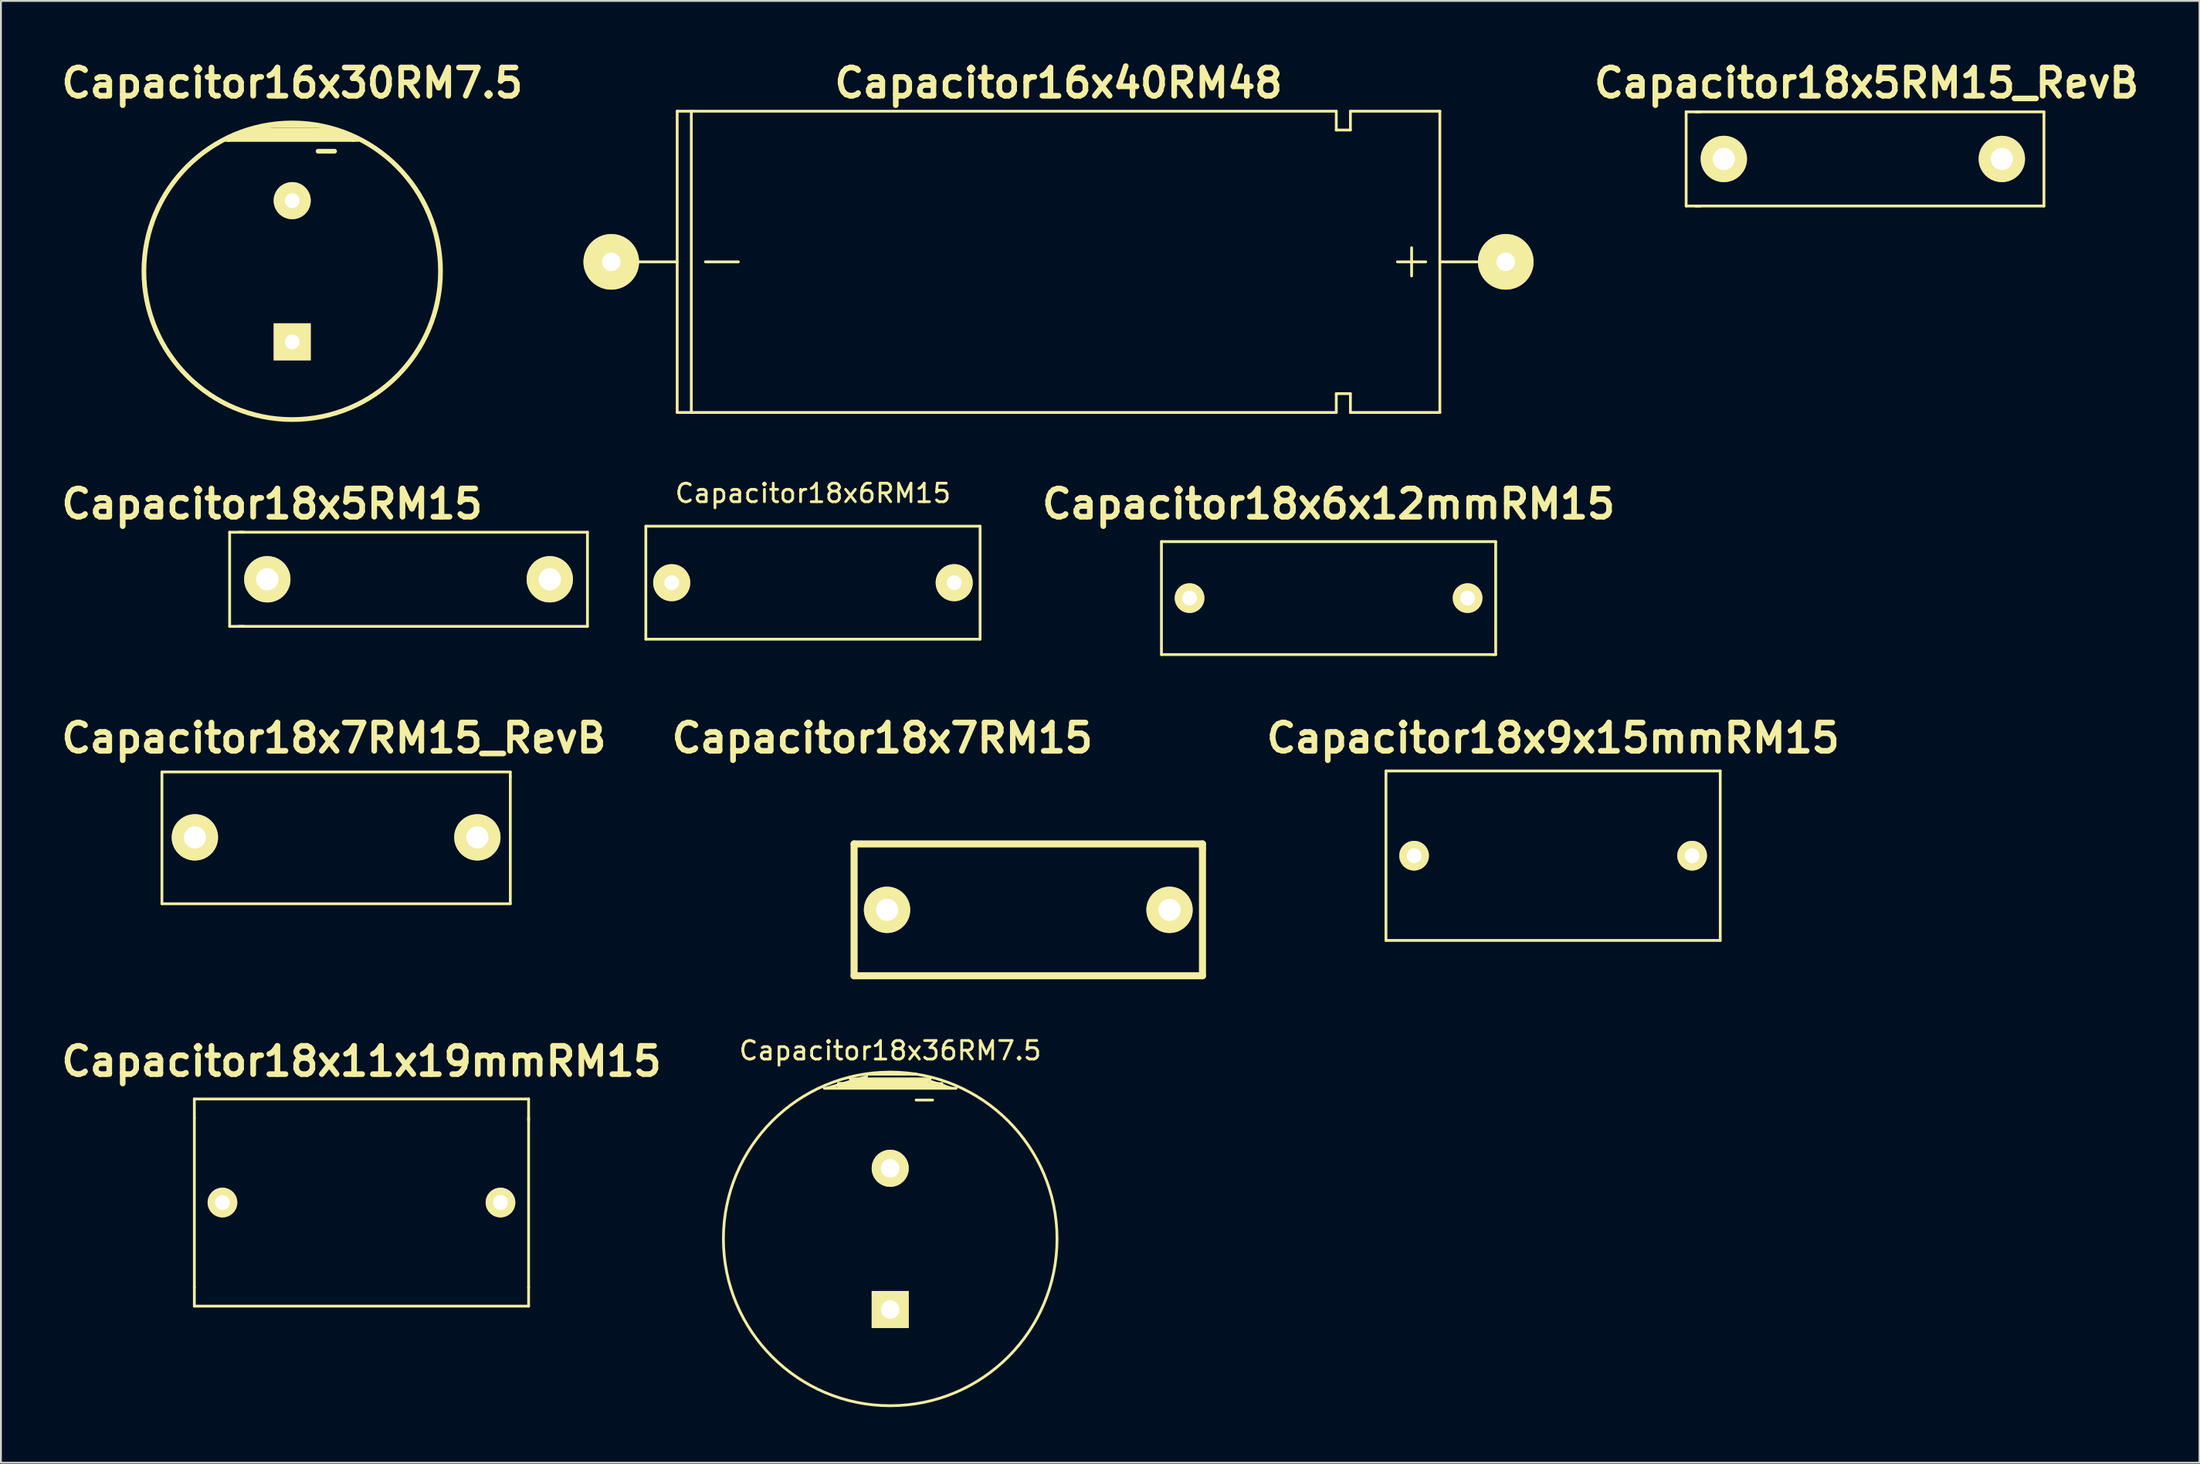
<source format=kicad_pcb>
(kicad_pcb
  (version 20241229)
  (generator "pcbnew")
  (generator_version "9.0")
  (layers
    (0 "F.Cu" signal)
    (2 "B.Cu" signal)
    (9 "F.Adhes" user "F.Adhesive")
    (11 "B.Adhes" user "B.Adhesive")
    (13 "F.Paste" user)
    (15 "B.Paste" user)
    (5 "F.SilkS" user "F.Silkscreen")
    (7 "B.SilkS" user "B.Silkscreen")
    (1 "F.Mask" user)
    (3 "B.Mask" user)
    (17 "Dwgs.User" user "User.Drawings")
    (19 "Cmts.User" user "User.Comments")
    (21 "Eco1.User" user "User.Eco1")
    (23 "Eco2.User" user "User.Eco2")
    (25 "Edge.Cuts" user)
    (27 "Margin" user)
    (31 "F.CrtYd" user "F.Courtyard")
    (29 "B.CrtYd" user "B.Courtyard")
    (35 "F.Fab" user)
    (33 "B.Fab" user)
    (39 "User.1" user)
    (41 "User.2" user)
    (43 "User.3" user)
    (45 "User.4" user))
  (footprint "Capacitor18x6x12mmRM15"
    (layer "F.Cu")
    (at 68.629 29.221)
    (property "Reference" "Capacitor18x6x12mmRM15" (at 0 -5.08 0) (layer "F.SilkS") (effects (font (size 1.524 1.524) (thickness 0.305))))
    (attr through_hole)
    (fp_line (start -9.017 -3.048) (end -9.017 3.048) (stroke (width 0.15) (type solid)) (layer "F.SilkS"))
    (fp_line (start -9.017 3.048) (end 8.89 3.048) (stroke (width 0.15) (type solid)) (layer "F.SilkS"))
    (fp_line (start 8.89 3.048) (end 9.017 3.048) (stroke (width 0.15) (type solid)) (layer "F.SilkS"))
    (fp_line (start 9.017 -3.048) (end -9.017 -3.048) (stroke (width 0.15) (type solid)) (layer "F.SilkS"))
    (fp_line (start 9.017 3.048) (end 9.017 -3.048) (stroke (width 0.15) (type solid)) (layer "F.SilkS"))
    (pad "1" thru_hole circle (at -7.5 0) (size 1.6 1.6) (drill 0.8) (layers "*.Cu" "*.Mask" "F.SilkS"))
    (pad "2" thru_hole circle (at 7.5 0) (size 1.6 1.6) (drill 0.8) (layers "*.Cu" "*.Mask" "F.SilkS")))
  (footprint "Capacitor18x6RM15"
    (layer "F.Cu")
    (at 40.811 28.389)
    (property "Reference" "Capacitor18x6RM15" (at 0 -4.826 0) (layer "F.SilkS") (effects (font (size 1 1) (thickness 0.15))))
    (attr through_hole)
    (fp_line (start -9.017 -3.048) (end -9.017 3.048) (stroke (width 0.15) (type solid)) (layer "F.SilkS"))
    (fp_line (start -9.017 3.048) (end 9.017 3.048) (stroke (width 0.15) (type solid)) (layer "F.SilkS"))
    (fp_line (start 9.017 -3.048) (end -9.017 -3.048) (stroke (width 0.15) (type solid)) (layer "F.SilkS"))
    (fp_line (start 9.017 -3.048) (end 9.017 3.048) (stroke (width 0.15) (type solid)) (layer "F.SilkS"))
    (pad "1" thru_hole circle (at -7.62 0) (size 1.999 1.999) (drill 0.8) (layers "*.Cu" "*.Mask" "F.SilkS"))
    (pad "2" thru_hole circle (at 7.62 0) (size 1.999 1.999) (drill 0.8) (layers "*.Cu" "*.Mask" "F.SilkS")))
  (footprint "Capacitor18x9x15mmRM15"
    (layer "F.Cu")
    (at 80.743 43.12)
    (property "Reference" "Capacitor18x9x15mmRM15" (at 0 -6.35 0) (layer "F.SilkS") (effects (font (size 1.524 1.524) (thickness 0.305))))
    (attr through_hole)
    (fp_line (start -9.017 -4.572) (end -9.017 4.572) (stroke (width 0.15) (type solid)) (layer "F.SilkS"))
    (fp_line (start -9.017 4.572) (end 9.017 4.572) (stroke (width 0.15) (type solid)) (layer "F.SilkS"))
    (fp_line (start 9.017 -4.572) (end -9.017 -4.572) (stroke (width 0.15) (type solid)) (layer "F.SilkS"))
    (fp_line (start 9.017 4.572) (end 9.017 -4.572) (stroke (width 0.15) (type solid)) (layer "F.SilkS"))
    (pad "1" thru_hole circle (at -7.5 0) (size 1.6 1.6) (drill 0.8) (layers "*.Cu" "*.Mask" "F.SilkS"))
    (pad "2" thru_hole circle (at 7.5 0) (size 1.6 1.6) (drill 0.8) (layers "*.Cu" "*.Mask" "F.SilkS")))
  (footprint "Capacitor16x30RM7.5"
    (layer "F.Cu")
    (at 12.715 11.586)
    (property "Reference" "Capacitor16x30RM7.5" (at 0 -10.16 0) (layer "F.SilkS") (effects (font (size 1.524 1.524) (thickness 0.305))))
    (attr through_hole)
    (fp_line (start -3.429 -7.112) (end -1.27 -7.747) (stroke (width 0.254) (type solid)) (layer "F.SilkS"))
    (fp_line (start -2.794 -7.366) (end -2.667 -7.366) (stroke (width 0.254) (type solid)) (layer "F.SilkS"))
    (fp_line (start -2.794 -7.239) (end -1.905 -7.239) (stroke (width 0.254) (type solid)) (layer "F.SilkS"))
    (fp_line (start -2.159 -7.62) (end 2.159 -7.62) (stroke (width 0.254) (type solid)) (layer "F.SilkS"))
    (fp_line (start -2.032 -7.493) (end 2.032 -7.493) (stroke (width 0.254) (type solid)) (layer "F.SilkS"))
    (fp_line (start 1.397 -7.874) (end -1.27 -7.874) (stroke (width 0.254) (type solid)) (layer "F.SilkS"))
    (fp_line (start 1.397 -6.477) (end 2.286 -6.477) (stroke (width 0.254) (type solid)) (layer "F.SilkS"))
    (fp_line (start 2.794 -7.366) (end -2.794 -7.366) (stroke (width 0.254) (type solid)) (layer "F.SilkS"))
    (fp_line (start 2.921 -7.239) (end -2.794 -7.239) (stroke (width 0.254) (type solid)) (layer "F.SilkS"))
    (fp_line (start 3.302 -7.112) (end 2.159 -7.493) (stroke (width 0.254) (type solid)) (layer "F.SilkS"))
    (fp_line (start 3.556 -7.112) (end -3.556 -7.112) (stroke (width 0.254) (type solid)) (layer "F.SilkS"))
    (fp_circle (center 0 0) (end 8.001 0) (stroke (width 0.254) (type solid)) (fill no) (layer "F.SilkS"))
    (pad "1" thru_hole rect (at 0 3.81) (size 1.999 1.999) (drill 0.8) (layers "*.Cu" "*.Mask" "F.SilkS"))
    (pad "2" thru_hole circle (at 0 -3.81) (size 1.999 1.999) (drill 0.8) (layers "*.Cu" "*.Mask" "F.SilkS")))
  (footprint "Capacitor16x40RM48"
    (layer "F.Cu")
    (at 54.059 11.078)
    (property "Reference" "Capacitor16x40RM48" (at 0 -9.652 0) (layer "F.SilkS") (effects (font (size 1.524 1.524) (thickness 0.305))))
    (attr through_hole)
    (fp_line (start -20.574 0) (end -24.13 0) (stroke (width 0.15) (type solid)) (layer "F.SilkS"))
    (fp_line (start -20.574 8.128) (end -20.574 -8.128) (stroke (width 0.15) (type solid)) (layer "F.SilkS"))
    (fp_line (start -19.812 -8.128) (end -19.812 8.128) (stroke (width 0.15) (type solid)) (layer "F.SilkS"))
    (fp_line (start -19.05 0) (end -17.272 0) (stroke (width 0.15) (type solid)) (layer "F.SilkS"))
    (fp_line (start 14.986 -8.128) (end -20.574 -8.128) (stroke (width 0.15) (type solid)) (layer "F.SilkS"))
    (fp_line (start 14.986 -8.128) (end 14.986 -7.112) (stroke (width 0.15) (type solid)) (layer "F.SilkS"))
    (fp_line (start 14.986 -7.112) (end 15.748 -7.112) (stroke (width 0.15) (type solid)) (layer "F.SilkS"))
    (fp_line (start 14.986 7.112) (end 14.986 8.128) (stroke (width 0.15) (type solid)) (layer "F.SilkS"))
    (fp_line (start 14.986 8.128) (end -20.574 8.128) (stroke (width 0.15) (type solid)) (layer "F.SilkS"))
    (fp_line (start 15.748 -7.112) (end 15.748 -8.128) (stroke (width 0.15) (type solid)) (layer "F.SilkS"))
    (fp_line (start 15.748 7.112) (end 14.986 7.112) (stroke (width 0.15) (type solid)) (layer "F.SilkS"))
    (fp_line (start 15.748 8.128) (end 15.748 7.112) (stroke (width 0.15) (type solid)) (layer "F.SilkS"))
    (fp_line (start 19.05 0.762) (end 19.05 -0.762) (stroke (width 0.15) (type solid)) (layer "F.SilkS"))
    (fp_line (start 19.812 0) (end 18.288 0) (stroke (width 0.15) (type solid)) (layer "F.SilkS"))
    (fp_line (start 20.574 -8.128) (end 15.748 -8.128) (stroke (width 0.15) (type solid)) (layer "F.SilkS"))
    (fp_line (start 20.574 0) (end 24.13 0) (stroke (width 0.15) (type solid)) (layer "F.SilkS"))
    (fp_line (start 20.574 8.128) (end 15.748 8.128) (stroke (width 0.15) (type solid)) (layer "F.SilkS"))
    (fp_line (start 20.574 8.128) (end 20.574 -8.128) (stroke (width 0.15) (type solid)) (layer "F.SilkS"))
    (pad "1" thru_hole circle (at 24.13 0) (size 3 3) (drill 1.001) (layers "*.Cu" "*.Mask" "F.SilkS"))
    (pad "2" thru_hole circle (at -24.13 0) (size 3 3) (drill 1.001) (layers "*.Cu" "*.Mask" "F.SilkS")))
  (footprint "Capacitor18x5RM15"
    (layer "F.Cu")
    (at 11.372 28.205)
    (property "Reference" "Capacitor18x5RM15" (at 0.254 -4.064 0) (layer "F.SilkS") (effects (font (size 1.524 1.524) (thickness 0.305))))
    (attr through_hole)
    (fp_line (start -2.032 -2.54) (end -2.032 2.54) (stroke (width 0.15) (type solid)) (layer "F.SilkS"))
    (fp_line (start -2.032 2.54) (end -1.27 2.54) (stroke (width 0.15) (type solid)) (layer "F.SilkS"))
    (fp_line (start -1.524 2.54) (end 17.272 2.54) (stroke (width 0.15) (type solid)) (layer "F.SilkS"))
    (fp_line (start -1.27 -2.54) (end -2.032 -2.54) (stroke (width 0.15) (type solid)) (layer "F.SilkS"))
    (fp_line (start 17.272 -2.54) (end -1.524 -2.54) (stroke (width 0.15) (type solid)) (layer "F.SilkS"))
    (fp_line (start 17.272 2.54) (end 17.272 -2.54) (stroke (width 0.15) (type solid)) (layer "F.SilkS"))
    (pad "1" thru_hole circle (at 0 0) (size 2.499 2.499) (drill 1.199) (layers "*.Cu" "*.Mask" "F.SilkS"))
    (pad "2" thru_hole circle (at 15.24 0) (size 2.499 2.499) (drill 1.199) (layers "*.Cu" "*.Mask" "F.SilkS")))
  (footprint "Capacitor18x11x19mmRM15"
    (layer "F.Cu")
    (at 16.452 61.834)
    (property "Reference" "Capacitor18x11x19mmRM15" (at 0 -7.62 0) (layer "F.SilkS") (effects (font (size 1.524 1.524) (thickness 0.305))))
    (attr through_hole)
    (fp_line (start -9.017 -5.588) (end 9.017 -5.588) (stroke (width 0.15) (type solid)) (layer "F.SilkS"))
    (fp_line (start -9.017 -4.572) (end -9.017 -5.588) (stroke (width 0.15) (type solid)) (layer "F.SilkS"))
    (fp_line (start -9.017 -4.572) (end -9.017 4.572) (stroke (width 0.15) (type solid)) (layer "F.SilkS"))
    (fp_line (start -9.017 4.572) (end -9.017 5.588) (stroke (width 0.15) (type solid)) (layer "F.SilkS"))
    (fp_line (start -9.017 5.588) (end 9.017 5.588) (stroke (width 0.15) (type solid)) (layer "F.SilkS"))
    (fp_line (start 9.017 -5.588) (end 9.017 -4.445) (stroke (width 0.15) (type solid)) (layer "F.SilkS"))
    (fp_line (start 9.017 4.572) (end 9.017 -4.572) (stroke (width 0.15) (type solid)) (layer "F.SilkS"))
    (fp_line (start 9.017 5.588) (end 9.017 4.572) (stroke (width 0.15) (type solid)) (layer "F.SilkS"))
    (pad "1" thru_hole circle (at -7.5 0) (size 1.6 1.6) (drill 0.8) (layers "*.Cu" "*.Mask" "F.SilkS"))
    (pad "2" thru_hole circle (at 7.5 0) (size 1.6 1.6) (drill 0.8) (layers "*.Cu" "*.Mask" "F.SilkS")))
  (footprint "Capacitor18x36RM7.5"
    (layer "F.Cu")
    (at 44.979 63.796)
    (property "Reference" "Capacitor18x36RM7.5" (at 0 -10.16 0) (layer "F.SilkS") (effects (font (size 1 1) (thickness 0.15))))
    (attr through_hole)
    (fp_line (start -3.429 -8.128) (end -1.27 -8.763) (stroke (width 0.15) (type solid)) (layer "F.SilkS"))
    (fp_line (start -2.794 -8.382) (end -2.667 -8.382) (stroke (width 0.15) (type solid)) (layer "F.SilkS"))
    (fp_line (start -2.794 -8.255) (end -1.905 -8.255) (stroke (width 0.15) (type solid)) (layer "F.SilkS"))
    (fp_line (start -2.159 -8.636) (end 2.159 -8.636) (stroke (width 0.15) (type solid)) (layer "F.SilkS"))
    (fp_line (start -2.032 -8.509) (end 2.032 -8.509) (stroke (width 0.15) (type solid)) (layer "F.SilkS"))
    (fp_line (start 1.397 -8.89) (end -1.27 -8.89) (stroke (width 0.15) (type solid)) (layer "F.SilkS"))
    (fp_line (start 1.397 -7.493) (end 2.286 -7.493) (stroke (width 0.15) (type solid)) (layer "F.SilkS"))
    (fp_line (start 2.794 -8.382) (end -2.794 -8.382) (stroke (width 0.15) (type solid)) (layer "F.SilkS"))
    (fp_line (start 2.921 -8.255) (end -2.794 -8.255) (stroke (width 0.15) (type solid)) (layer "F.SilkS"))
    (fp_line (start 3.302 -8.128) (end 2.159 -8.509) (stroke (width 0.15) (type solid)) (layer "F.SilkS"))
    (fp_line (start 3.556 -8.128) (end -3.556 -8.128) (stroke (width 0.15) (type solid)) (layer "F.SilkS"))
    (fp_circle (center 0 0) (end 9 0) (stroke (width 0.15) (type solid)) (fill no) (layer "F.SilkS"))
    (pad "1" thru_hole rect (at 0 3.81) (size 2 2) (drill 1) (layers "*.Cu" "*.Mask" "F.SilkS"))
    (pad "2" thru_hole circle (at 0 -3.81) (size 2 2) (drill 1) (layers "*.Cu" "*.Mask" "F.SilkS")))
  (footprint "Capacitor18x7RM15_RevB"
    (layer "F.Cu")
    (at 14.964 42.13)
    (property "Reference" "Capacitor18x7RM15_RevB" (at 0 -5.36 0) (layer "F.SilkS") (effects (font (size 1.524 1.524) (thickness 0.305))))
    (attr through_hole)
    (fp_line (start -9.278 -3.529) (end -9.278 3.583) (stroke (width 0.15) (type solid)) (layer "F.SilkS"))
    (fp_line (start -9.278 3.583) (end 9.518 3.583) (stroke (width 0.15) (type solid)) (layer "F.SilkS"))
    (fp_line (start 9.518 -3.529) (end -9.278 -3.529) (stroke (width 0.15) (type solid)) (layer "F.SilkS"))
    (fp_line (start 9.518 -3.275) (end 9.518 -3.529) (stroke (width 0.15) (type solid)) (layer "F.SilkS"))
    (fp_line (start 9.518 3.583) (end 9.518 -3.275) (stroke (width 0.15) (type solid)) (layer "F.SilkS"))
    (pad "1" thru_hole circle (at -7.5 0) (size 2.499 2.499) (drill 1.199) (layers "*.Cu" "*.Mask" "F.SilkS"))
    (pad "2" thru_hole circle (at 7.74 0) (size 2.499 2.499) (drill 1.199) (layers "*.Cu" "*.Mask" "F.SilkS")))
  (footprint "Capacitor18x5RM15_RevB"
    (layer "F.Cu")
    (at 97.653 5.526)
    (property "Reference" "Capacitor18x5RM15_RevB" (at 0 -4.1 0) (layer "F.SilkS") (effects (font (size 1.524 1.524) (thickness 0.305))))
    (attr through_hole)
    (fp_line (start -9.732 -2.54) (end -9.732 2.54) (stroke (width 0.15) (type solid)) (layer "F.SilkS"))
    (fp_line (start -9.732 2.54) (end -8.97 2.54) (stroke (width 0.15) (type solid)) (layer "F.SilkS"))
    (fp_line (start -9.224 2.54) (end 9.572 2.54) (stroke (width 0.15) (type solid)) (layer "F.SilkS"))
    (fp_line (start -8.97 -2.54) (end -9.732 -2.54) (stroke (width 0.15) (type solid)) (layer "F.SilkS"))
    (fp_line (start 9.572 -2.54) (end -9.224 -2.54) (stroke (width 0.15) (type solid)) (layer "F.SilkS"))
    (fp_line (start 9.572 2.54) (end 9.572 -2.54) (stroke (width 0.15) (type solid)) (layer "F.SilkS"))
    (pad "1" thru_hole circle (at -7.7 0) (size 2.499 2.499) (drill 1.199) (layers "*.Cu" "*.Mask" "F.SilkS"))
    (pad "2" thru_hole circle (at 7.3 0) (size 2.499 2.499) (drill 1.199) (layers "*.Cu" "*.Mask" "F.SilkS")))
  (footprint "Capacitor18x7RM15"
    (layer "F.Cu")
    (at 44.808 45.914)
    (property "Reference" "Capacitor18x7RM15" (at -0.254 -9.144 0) (layer "F.SilkS") (effects (font (size 1.524 1.524) (thickness 0.305))))
    (attr through_hole)
    (fp_line (start -1.778 -3.429) (end -1.778 3.683) (stroke (width 0.381) (type solid)) (layer "F.SilkS"))
    (fp_line (start -1.778 3.683) (end 17.018 3.683) (stroke (width 0.381) (type solid)) (layer "F.SilkS"))
    (fp_line (start 17.018 -3.429) (end -1.778 -3.429) (stroke (width 0.381) (type solid)) (layer "F.SilkS"))
    (fp_line (start 17.018 -3.175) (end 17.018 -3.429) (stroke (width 0.381) (type solid)) (layer "F.SilkS"))
    (fp_line (start 17.018 3.683) (end 17.018 -3.175) (stroke (width 0.381) (type solid)) (layer "F.SilkS"))
    (pad "1" thru_hole circle (at 0 0.127) (size 2.499 2.499) (drill 1.199) (layers "*.Cu" "*.Mask" "F.SilkS"))
    (pad "2" thru_hole circle (at 15.24 0.127) (size 2.499 2.499) (drill 1.199) (layers "*.Cu" "*.Mask" "F.SilkS")))
  (gr_rect
    (start -3 -3)
    (end 115.617 75.871)
    (stroke (width 0.1) (type default))
    (fill no)
    (layer "Edge.Cuts")))
</source>
